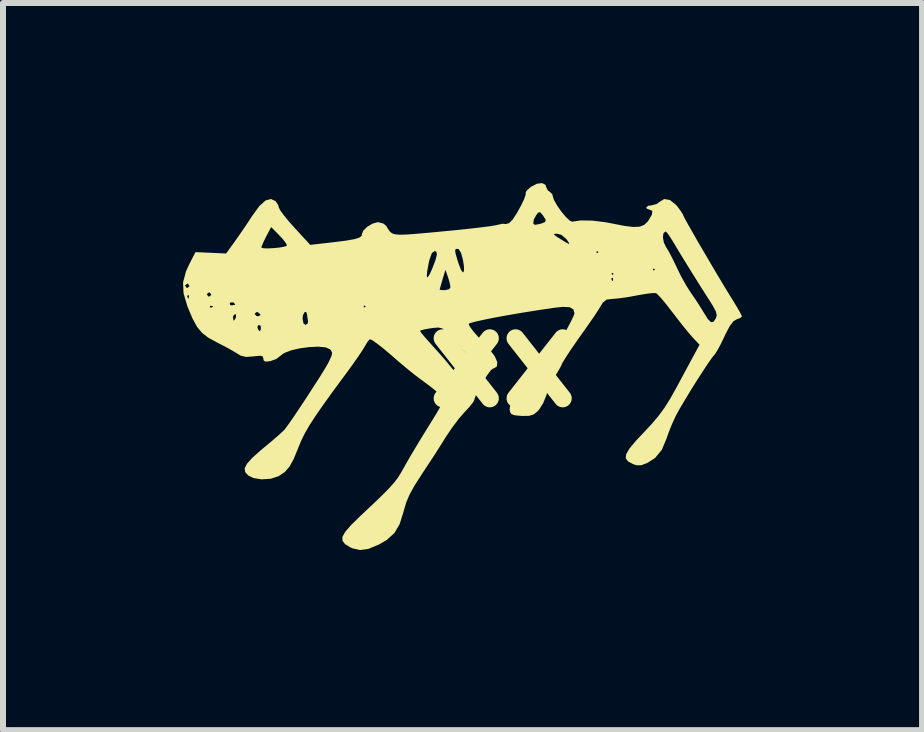
<source format=kicad_pcb>
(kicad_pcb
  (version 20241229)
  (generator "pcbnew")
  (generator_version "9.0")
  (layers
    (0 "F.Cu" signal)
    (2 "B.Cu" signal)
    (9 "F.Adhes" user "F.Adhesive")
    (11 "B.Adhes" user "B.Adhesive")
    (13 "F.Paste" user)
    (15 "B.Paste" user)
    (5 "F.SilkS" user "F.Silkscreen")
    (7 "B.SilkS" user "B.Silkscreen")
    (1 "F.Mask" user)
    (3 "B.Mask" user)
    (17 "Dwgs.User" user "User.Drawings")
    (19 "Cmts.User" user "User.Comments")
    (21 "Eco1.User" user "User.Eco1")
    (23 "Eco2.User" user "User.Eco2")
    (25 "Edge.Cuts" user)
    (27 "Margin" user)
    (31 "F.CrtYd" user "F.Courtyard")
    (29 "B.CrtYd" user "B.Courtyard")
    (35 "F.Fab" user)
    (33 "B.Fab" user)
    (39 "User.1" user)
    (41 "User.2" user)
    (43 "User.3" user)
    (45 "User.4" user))
  (footprint "xx"
    (layer "F.Cu")
    (at 5.324 2.907)
    (property "Reference" "xx" (at 0 0 0) (layer "F.SilkS") (effects (font (size 1.5 1.5) (thickness 0.3))))
    (attr board_only exclude_from_pos_files exclude_from_bom)
    (fp_poly (pts (xy 0.713 -2.878) (xy 0.725 -2.839) (xy 0.754 -2.782) (xy 0.779 -2.767) (xy 0.827 -2.72) (xy 0.833 -2.692) (xy 0.854 -2.626) (xy 0.907 -2.533) (xy 0.977 -2.432) (xy 1.053 -2.342) (xy 1.119 -2.28) (xy 1.159 -2.264) (xy 1.302 -2.285) (xy 1.491 -2.282) (xy 1.706 -2.256) (xy 1.819 -2.235) (xy 2.026 -2.194) (xy 2.176 -2.176) (xy 2.282 -2.181) (xy 2.358 -2.211) (xy 2.416 -2.267) (xy 2.425 -2.279) (xy 2.487 -2.384) (xy 2.492 -2.445) (xy 2.446 -2.464) (xy 2.398 -2.483) (xy 2.391 -2.5) (xy 2.422 -2.528) (xy 2.478 -2.536) (xy 2.564 -2.558) (xy 2.609 -2.591) (xy 2.689 -2.641) (xy 2.785 -2.626) (xy 2.885 -2.546) (xy 2.908 -2.52) (xy 2.968 -2.439) (xy 3.004 -2.382) (xy 3.007 -2.371) (xy 3.025 -2.333) (xy 3.074 -2.243) (xy 3.148 -2.113) (xy 3.24 -1.951) (xy 3.346 -1.77) (xy 3.458 -1.579) (xy 3.57 -1.389) (xy 3.677 -1.211) (xy 3.772 -1.054) (xy 3.829 -0.963) (xy 3.901 -0.844) (xy 3.956 -0.748) (xy 3.984 -0.692) (xy 3.986 -0.686) (xy 3.955 -0.658) (xy 3.901 -0.639) (xy 3.843 -0.605) (xy 3.782 -0.524) (xy 3.71 -0.387) (xy 3.695 -0.354) (xy 3.633 -0.225) (xy 3.577 -0.121) (xy 3.538 -0.06) (xy 3.533 -0.054) (xy 3.492 -0.005) (xy 3.423 0.093) (xy 3.335 0.227) (xy 3.234 0.383) (xy 3.131 0.548) (xy 3.034 0.708) (xy 2.95 0.849) (xy 2.89 0.959) (xy 2.881 0.976) (xy 2.816 1.118) (xy 2.757 1.268) (xy 2.732 1.342) (xy 2.652 1.535) (xy 2.539 1.672) (xy 2.408 1.756) (xy 2.306 1.794) (xy 2.227 1.793) (xy 2.174 1.775) (xy 2.09 1.731) (xy 2.05 1.678) (xy 2.057 1.609) (xy 2.111 1.516) (xy 2.217 1.389) (xy 2.32 1.279) (xy 2.475 1.114) (xy 2.595 0.973) (xy 2.697 0.834) (xy 2.795 0.677) (xy 2.906 0.478) (xy 2.919 0.453) (xy 3.006 0.292) (xy 3.091 0.134) (xy 3.162 0.003) (xy 3.187 -0.043) (xy 3.279 -0.214) (xy 3.167 -0.333) (xy 3.096 -0.415) (xy 2.998 -0.535) (xy 2.889 -0.675) (xy 2.828 -0.754) (xy 2.729 -0.882) (xy 2.643 -0.986) (xy 2.579 -1.054) (xy 2.555 -1.074) (xy 2.499 -1.075) (xy 2.393 -1.063) (xy 2.259 -1.04) (xy 2.234 -1.035) (xy 2.081 -1.007) (xy 1.938 -0.987) (xy 1.834 -0.978) (xy 1.83 -0.978) (xy 1.731 -0.966) (xy 1.668 -0.916) (xy 1.638 -0.867) (xy 1.589 -0.787) (xy 1.511 -0.669) (xy 1.417 -0.534) (xy 1.377 -0.477) (xy 1.247 -0.294) (xy 1.136 -0.133) (xy 1.051 -0.003) (xy 0.996 0.086) (xy 0.978 0.125) (xy 0.96 0.163) (xy 0.915 0.241) (xy 0.874 0.306) (xy 0.802 0.439) (xy 0.742 0.581) (xy 0.725 0.633) (xy 0.676 0.756) (xy 0.608 0.864) (xy 0.587 0.889) (xy 0.518 0.946) (xy 0.442 0.97) (xy 0.328 0.972) (xy 0.31 0.971) (xy 0.201 0.961) (xy 0.144 0.941) (xy 0.121 0.9) (xy 0.116 0.867) (xy 0.121 0.814) (xy 0.153 0.752) (xy 0.222 0.669) (xy 0.335 0.555) (xy 0.38 0.513) (xy 0.503 0.39) (xy 0.613 0.272) (xy 0.693 0.176) (xy 0.721 0.135) (xy 0.766 0.055) (xy 0.837 -0.068) (xy 0.923 -0.217) (xy 0.991 -0.335) (xy 1.073 -0.481) (xy 1.14 -0.607) (xy 1.183 -0.699) (xy 1.196 -0.738) (xy 1.177 -0.804) (xy 1.117 -0.839) (xy 1.004 -0.845) (xy 0.85 -0.829) (xy 0.583 -0.789) (xy 0.322 -0.747) (xy 0.077 -0.705) (xy -0.142 -0.665) (xy -0.325 -0.628) (xy -0.464 -0.597) (xy -0.547 -0.573) (xy -0.568 -0.562) (xy -0.55 -0.52) (xy -0.493 -0.442) (xy -0.407 -0.344) (xy -0.39 -0.325) (xy -0.286 -0.212) (xy -0.195 -0.105) (xy -0.135 -0.026) (xy -0.133 -0.023) (xy -0.09 0.074) (xy -0.096 0.147) (xy -0.148 0.181) (xy -0.159 0.181) (xy -0.197 0.211) (xy -0.254 0.287) (xy -0.321 0.391) (xy -0.387 0.505) (xy -0.439 0.609) (xy -0.469 0.686) (xy -0.471 0.704) (xy -0.495 0.747) (xy -0.556 0.823) (xy -0.632 0.905) (xy -0.732 1.02) (xy -0.843 1.168) (xy -0.944 1.317) (xy -0.949 1.325) (xy -1.036 1.465) (xy -1.148 1.64) (xy -1.268 1.823) (xy -1.347 1.942) (xy -1.465 2.126) (xy -1.548 2.275) (xy -1.606 2.41) (xy -1.648 2.553) (xy -1.653 2.573) (xy -1.716 2.773) (xy -1.803 2.921) (xy -1.929 3.036) (xy -2.063 3.114) (xy -2.235 3.186) (xy -2.376 3.206) (xy -2.504 3.177) (xy -2.536 3.162) (xy -2.624 3.109) (xy -2.669 3.053) (xy -2.67 2.986) (xy -2.622 2.901) (xy -2.523 2.787) (xy -2.371 2.638) (xy -2.349 2.618) (xy -2.154 2.434) (xy -2.005 2.291) (xy -1.893 2.177) (xy -1.81 2.084) (xy -1.748 2.004) (xy -1.698 1.925) (xy -1.663 1.863) (xy -1.606 1.761) (xy -1.523 1.618) (xy -1.424 1.452) (xy -1.323 1.286) (xy -1.195 1.08) (xy -1.101 0.927) (xy -1.038 0.818) (xy -1.001 0.743) (xy -0.989 0.692) (xy -0.997 0.658) (xy -1.023 0.628) (xy -1.064 0.596) (xy -1.087 0.577) (xy -1.195 0.489) (xy -1.323 0.393) (xy -1.377 0.354) (xy -1.472 0.282) (xy -1.602 0.177) (xy -1.748 0.054) (xy -1.86 -0.044) (xy -1.988 -0.152) (xy -2.098 -0.238) (xy -2.177 -0.292) (xy -2.214 -0.306) (xy -2.252 -0.262) (xy -2.3 -0.183) (xy -2.301 -0.18) (xy -2.343 -0.111) (xy -2.419 0.000253) (xy -2.517 0.14) (xy -2.628 0.292) (xy -2.636 0.302) (xy -2.835 0.572) (xy -2.994 0.793) (xy -3.12 0.975) (xy -3.218 1.126) (xy -3.293 1.256) (xy -3.351 1.372) (xy -3.399 1.485) (xy -3.407 1.508) (xy -3.482 1.69) (xy -3.553 1.818) (xy -3.631 1.907) (xy -3.727 1.972) (xy -3.739 1.978) (xy -3.868 2.019) (xy -4.017 2.028) (xy -4.154 2.006) (xy -4.24 1.963) (xy -4.29 1.907) (xy -4.298 1.845) (xy -4.261 1.77) (xy -4.174 1.672) (xy -4.032 1.545) (xy -3.975 1.498) (xy -3.847 1.391) (xy -3.737 1.296) (xy -3.66 1.226) (xy -3.632 1.197) (xy -3.576 1.122) (xy -3.491 1.001) (xy -3.388 0.847) (xy -3.274 0.675) (xy -3.161 0.5) (xy -3.056 0.337) (xy -2.97 0.199) (xy -2.912 0.1) (xy -2.9 0.077) (xy -2.854 -0.021) (xy -2.841 -0.079) (xy -2.86 -0.12) (xy -2.877 -0.139) (xy -2.951 -0.171) (xy -3.073 -0.182) (xy -3.223 -0.175) (xy -3.382 -0.154) (xy -3.528 -0.12) (xy -3.642 -0.075) (xy -3.696 -0.035) (xy -3.769 0.022) (xy -3.868 0.058) (xy -3.95 0.068) (xy -3.982 0.047) (xy -3.986 0.019) (xy -3.996 -0.019) (xy -4.037 -0.031) (xy -4.128 -0.023) (xy -4.151 -0.02) (xy -4.275 -0.011) (xy -4.365 -0.033) (xy -4.412 -0.061) (xy -4.491 -0.109) (xy -4.611 -0.176) (xy -4.747 -0.246) (xy -4.762 -0.254) (xy -4.902 -0.33) (xy -5.007 -0.411) (xy -5.086 -0.506) (xy -4.086 -0.506) (xy -4.073 -0.466) (xy -4.046 -0.439) (xy -4.043 -0.444) (xy -1.377 -0.444) (xy -1.354 -0.409) (xy -1.293 -0.336) (xy -1.207 -0.24) (xy -1.187 -0.217) (xy -1.074 -0.092) (xy -0.961 0.037) (xy -0.877 0.139) (xy -0.807 0.223) (xy -0.757 0.278) (xy -0.743 0.29) (xy -0.714 0.264) (xy -0.659 0.198) (xy -0.632 0.163) (xy -0.535 0.036) (xy -0.627 -0.082) (xy -0.706 -0.177) (xy -0.806 -0.292) (xy -0.866 -0.357) (xy -0.95 -0.444) (xy -1.012 -0.489) (xy -1.078 -0.501) (xy -1.174 -0.492) (xy -1.195 -0.489) (xy -1.298 -0.471) (xy -1.364 -0.453) (xy -1.377 -0.444) (xy -4.043 -0.444) (xy -4.03 -0.466) (xy -4.029 -0.523) (xy -4.036 -0.534) (xy -4.071 -0.542) (xy -4.086 -0.506) (xy -5.086 -0.506) (xy -5.091 -0.512) (xy -5.166 -0.649) (xy -5.175 -0.67) (xy -4.493 -0.67) (xy -4.485 -0.622) (xy -4.479 -0.616) (xy -4.455 -0.644) (xy -4.452 -0.652) (xy -3.334 -0.652) (xy -3.318 -0.568) (xy -3.282 -0.544) (xy -3.245 -0.572) (xy -3.243 -0.607) (xy -3.256 -0.688) (xy -3.258 -0.716) (xy -3.274 -0.762) (xy -3.302 -0.755) (xy -3.327 -0.706) (xy -3.334 -0.652) (xy -4.452 -0.652) (xy -4.444 -0.67) (xy -4.443 -0.717) (xy -4.458 -0.725) (xy -4.131 -0.725) (xy -4.101 -0.693) (xy -4.074 -0.688) (xy -4.037 -0.706) (xy -4.04 -0.725) (xy -4.086 -0.76) (xy -4.097 -0.761) (xy -4.13 -0.733) (xy -4.131 -0.725) (xy -4.458 -0.725) (xy -4.489 -0.695) (xy -4.493 -0.67) (xy -5.175 -0.67) (xy -5.245 -0.837) (xy -5.253 -0.858) (xy -4.88 -0.858) (xy -4.875 -0.836) (xy -4.855 -0.833) (xy -4.826 -0.847) (xy -4.828 -0.851) (xy -2.319 -0.851) (xy -2.301 -0.833) (xy -2.283 -0.851) (xy -2.301 -0.87) (xy -2.319 -0.851) (xy -4.828 -0.851) (xy -4.831 -0.858) (xy -4.874 -0.862) (xy -4.88 -0.858) (xy -5.253 -0.858) (xy -5.257 -0.87) (xy -5.268 -0.906) (xy -4.547 -0.906) (xy -4.539 -0.875) (xy -4.513 -0.87) (xy -4.464 -0.878) (xy -4.457 -0.886) (xy -4.483 -0.919) (xy -4.531 -0.92) (xy -4.547 -0.906) (xy -5.268 -0.906) (xy -5.3 -1.015) (xy -5.254 -1.015) (xy -5.241 -0.985) (xy -5.23 -0.99) (xy -5.225 -1.033) (xy -5.23 -1.039) (xy -5.251 -1.034) (xy -5.254 -1.015) (xy -5.3 -1.015) (xy -5.31 -1.051) (xy -4.928 -1.051) (xy -4.9 -1.016) (xy -4.892 -1.015) (xy -4.856 -1.042) (xy -4.855 -1.051) (xy -4.883 -1.086) (xy -4.892 -1.087) (xy -4.927 -1.059) (xy -4.928 -1.051) (xy -5.31 -1.051) (xy -5.317 -1.075) (xy -5.319 -1.132) (xy -1.05 -1.132) (xy -1.02 -1.125) (xy -0.96 -1.123) (xy -0.89 -1.14) (xy -0.87 -1.172) (xy -0.881 -1.238) (xy -0.9 -1.304) (xy 1.812 -1.304) (xy 1.825 -1.275) (xy 1.836 -1.28) (xy 1.84 -1.323) (xy 1.836 -1.329) (xy 1.814 -1.324) (xy 1.812 -1.304) (xy -0.9 -1.304) (xy -0.909 -1.333) (xy -0.912 -1.342) (xy -0.93 -1.395) (xy 1.812 -1.395) (xy 1.83 -1.377) (xy 1.848 -1.395) (xy 1.83 -1.413) (xy 1.812 -1.395) (xy -0.93 -1.395) (xy -0.954 -1.462) (xy -1.002 -1.302) (xy -1.03 -1.205) (xy -1.048 -1.143) (xy -1.05 -1.132) (xy -5.319 -1.132) (xy -5.322 -1.196) (xy -5.29 -1.196) (xy -5.263 -1.161) (xy -5.254 -1.159) (xy -5.219 -1.187) (xy -5.218 -1.196) (xy -5.245 -1.231) (xy -5.254 -1.232) (xy -5.289 -1.204) (xy -5.29 -1.196) (xy -5.322 -1.196) (xy -5.324 -1.255) (xy -5.297 -1.355) (xy -1.265 -1.355) (xy -1.252 -1.335) (xy -1.219 -1.382) (xy -1.177 -1.474) (xy -1.119 -1.624) (xy -1.096 -1.718) (xy -1.106 -1.766) (xy -1.134 -1.775) (xy -1.18 -1.74) (xy -1.219 -1.634) (xy -1.229 -1.593) (xy -1.257 -1.442) (xy -1.265 -1.355) (xy -5.297 -1.355) (xy -5.276 -1.437) (xy -5.224 -1.549) (xy -5.118 -1.757) (xy -4.863 -1.746) (xy -4.608 -1.734) (xy -4.569 -1.787) (xy -0.793 -1.787) (xy -0.785 -1.734) (xy -0.756 -1.633) (xy -0.736 -1.57) (xy -0.694 -1.46) (xy -0.662 -1.418) (xy -0.645 -1.441) (xy -0.645 -1.467) (xy 2.5 -1.467) (xy 2.518 -1.449) (xy 2.536 -1.467) (xy 2.518 -1.486) (xy 2.5 -1.467) (xy -0.645 -1.467) (xy -0.646 -1.526) (xy -0.663 -1.633) (xy -0.695 -1.747) (xy -0.701 -1.757) (xy 1.558 -1.757) (xy 1.576 -1.739) (xy 1.594 -1.757) (xy 1.576 -1.775) (xy 1.558 -1.757) (xy -0.701 -1.757) (xy -0.733 -1.806) (xy -0.748 -1.812) (xy -0.78 -1.808) (xy -0.793 -1.787) (xy -4.569 -1.787) (xy -4.535 -1.834) (xy -4.02 -1.834) (xy -3.989 -1.821) (xy -3.911 -1.819) (xy -3.808 -1.824) (xy -3.705 -1.835) (xy -3.625 -1.851) (xy -3.595 -1.864) (xy -3.606 -1.899) (xy -3.658 -1.968) (xy -3.715 -2.03) (xy -3.857 -2.175) (xy -3.938 -2.021) (xy -3.986 -1.923) (xy -4.016 -1.852) (xy -4.02 -1.834) (xy -4.535 -1.834) (xy -4.468 -1.927) (xy -4.375 -2.059) (xy -4.267 -2.217) (xy -4.17 -2.365) (xy -4.053 -2.525) (xy -3.951 -2.617) (xy -3.86 -2.642) (xy -3.786 -2.608) (xy -3.739 -2.542) (xy -3.731 -2.505) (xy -3.707 -2.455) (xy -3.643 -2.367) (xy -3.55 -2.254) (xy -3.467 -2.162) (xy -3.206 -1.878) (xy -2.826 -1.921) (xy -2.619 -1.947) (xy -2.476 -1.972) (xy -2.389 -1.998) (xy -2.349 -2.028) (xy -2.345 -2.057) (xy -2.324 -2.113) (xy -2.259 -2.177) (xy -2.172 -2.23) (xy -2.087 -2.255) (xy -2.077 -2.256) (xy -1.989 -2.234) (xy -1.94 -2.194) (xy -1.908 -2.14) (xy -1.879 -2.099) (xy -1.844 -2.071) (xy -1.792 -2.054) (xy -1.715 -2.047) (xy -1.602 -2.05) (xy -1.454 -2.061) (xy 0.858 -2.061) (xy 0.859 -2.044) (xy 0.915 -2.004) (xy 0.96 -1.976) (xy 1.06 -1.915) (xy 1.106 -1.892) (xy 1.107 -1.907) (xy 1.071 -1.96) (xy 1.062 -1.974) (xy 1.029 -2.001) (xy 2.669 -2.001) (xy 2.686 -1.913) (xy 2.719 -1.846) (xy 2.77 -1.762) (xy 2.834 -1.639) (xy 2.9 -1.502) (xy 2.9 -1.5) (xy 2.975 -1.348) (xy 3.06 -1.197) (xy 3.129 -1.089) (xy 3.221 -0.955) (xy 3.315 -0.807) (xy 3.348 -0.752) (xy 3.419 -0.64) (xy 3.471 -0.59) (xy 3.512 -0.597) (xy 3.551 -0.653) (xy 3.566 -0.706) (xy 3.551 -0.77) (xy 3.499 -0.866) (xy 3.468 -0.915) (xy 3.313 -1.159) (xy 3.161 -1.401) (xy 3.022 -1.626) (xy 2.906 -1.816) (xy 2.861 -1.893) (xy 2.795 -1.999) (xy 2.743 -2.074) (xy 2.714 -2.102) (xy 2.678 -2.072) (xy 2.669 -2.001) (xy 1.029 -2.001) (xy 0.978 -2.045) (xy 0.906 -2.064) (xy 0.858 -2.061) (xy -1.454 -2.061) (xy -1.445 -2.062) (xy -1.233 -2.08) (xy -1.002 -2.102) (xy -0.76 -2.125) (xy -0.538 -2.149) (xy -0.348 -2.171) (xy -0.201 -2.19) (xy -0.109 -2.206) (xy -0.088 -2.211) (xy -0.002 -2.23) (xy 0.05 -2.225) (xy 0.094 -2.236) (xy 0.509 -2.236) (xy 0.534 -2.211) (xy 0.588 -2.22) (xy 0.643 -2.233) (xy 0.708 -2.259) (xy 0.716 -2.298) (xy 0.67 -2.37) (xy 0.667 -2.373) (xy 0.623 -2.423) (xy 0.592 -2.416) (xy 0.559 -2.375) (xy 0.518 -2.299) (xy 0.509 -2.236) (xy 0.094 -2.236) (xy 0.105 -2.239) (xy 0.169 -2.302) (xy 0.172 -2.308) (xy 0.24 -2.414) (xy 0.304 -2.529) (xy 0.355 -2.635) (xy 0.383 -2.714) (xy 0.383 -2.745) (xy 0.396 -2.777) (xy 0.453 -2.83) (xy 0.473 -2.846) (xy 0.57 -2.896) (xy 0.656 -2.907)) (stroke (width 0) (type solid)) (fill yes) (layer "F.SilkS")))
  (gr_rect
    (start -3 -3)
    (end 12.31 9.113)
    (stroke (width 0.1) (type default))
    (fill no)
    (layer "Edge.Cuts")))
</source>
